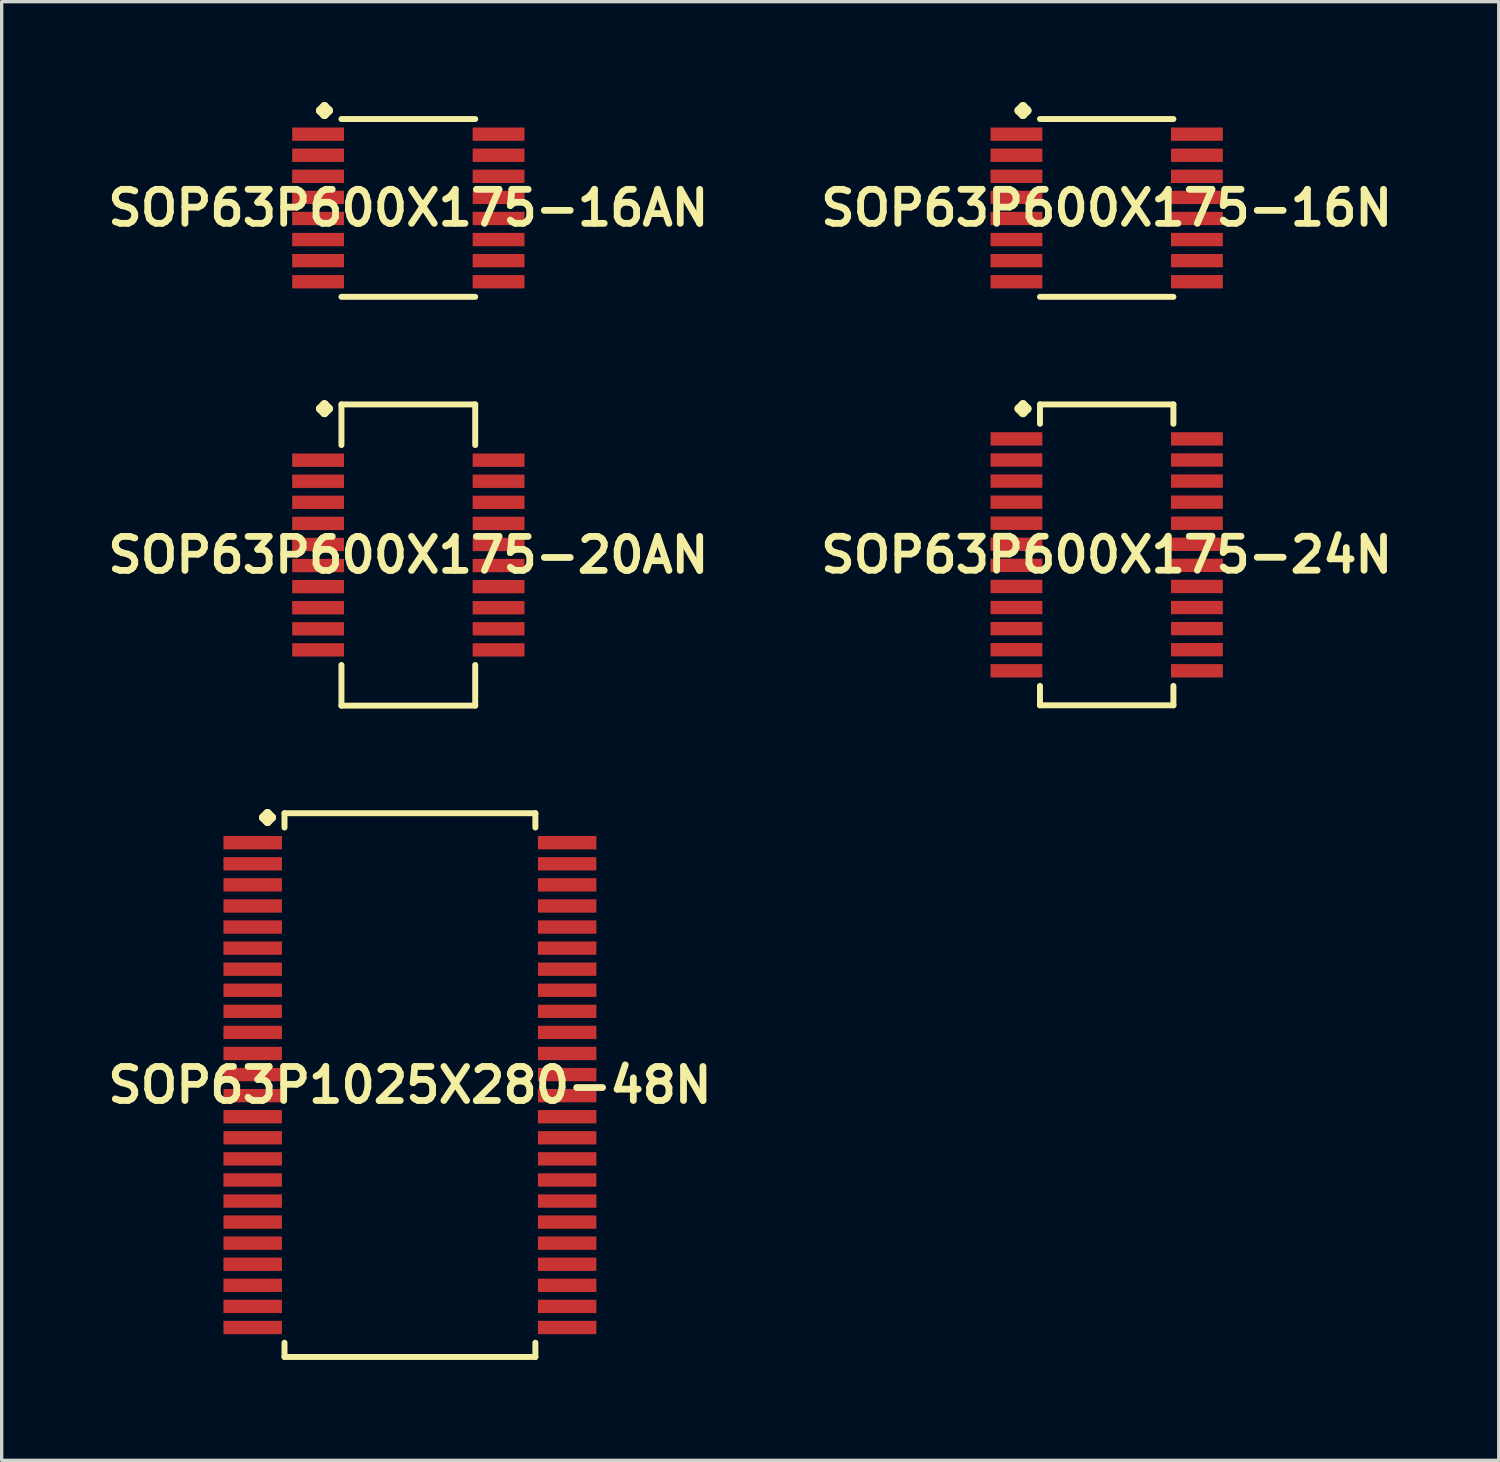
<source format=kicad_pcb>
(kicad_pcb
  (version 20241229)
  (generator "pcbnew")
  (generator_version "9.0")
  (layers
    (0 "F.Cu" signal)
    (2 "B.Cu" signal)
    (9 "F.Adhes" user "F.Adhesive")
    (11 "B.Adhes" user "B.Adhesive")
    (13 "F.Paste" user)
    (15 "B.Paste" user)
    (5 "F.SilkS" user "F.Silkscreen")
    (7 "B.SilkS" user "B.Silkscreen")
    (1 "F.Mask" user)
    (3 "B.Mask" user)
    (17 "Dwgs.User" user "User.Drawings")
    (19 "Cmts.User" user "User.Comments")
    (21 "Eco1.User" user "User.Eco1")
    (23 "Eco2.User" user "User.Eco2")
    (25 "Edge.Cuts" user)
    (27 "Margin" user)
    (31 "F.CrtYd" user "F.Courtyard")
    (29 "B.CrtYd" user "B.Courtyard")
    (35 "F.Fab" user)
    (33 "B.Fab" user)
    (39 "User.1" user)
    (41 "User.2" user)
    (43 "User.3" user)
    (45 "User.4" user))
  (footprint "SOP63P600X175-16AN"
    (layer "F.Cu")
    (at 9.154 3.165)
    (property "Reference" "SOP63P600X175-16AN" (at 0 0 0) (layer "F.SilkS") (effects (font (size 1.016 1.016) (thickness 0.203))))
    (attr smd)
    (fp_line (start -2.634 -2.911) (end -2.507 -3.038) (stroke (width 0.254) (type solid)) (layer "F.SilkS"))
    (fp_line (start -2.507 -3.038) (end -2.38 -2.911) (stroke (width 0.254) (type solid)) (layer "F.SilkS"))
    (fp_line (start -2.507 -2.784) (end -2.634 -2.911) (stroke (width 0.254) (type solid)) (layer "F.SilkS"))
    (fp_line (start -2.38 -2.911) (end -2.507 -2.784) (stroke (width 0.254) (type solid)) (layer "F.SilkS"))
    (fp_line (start -1.999 -2.657) (end 1.999 -2.657) (stroke (width 0.178) (type solid)) (layer "F.SilkS"))
    (fp_line (start -1.999 2.657) (end 1.999 2.657) (stroke (width 0.178) (type solid)) (layer "F.SilkS"))
    (pad "1" smd rect (at -2.697 -2.205) (size 1.549 0.399) (layers "F.Cu" "F.Mask" "F.Paste"))
    (pad "2" smd rect (at -2.697 -1.575) (size 1.549 0.399) (layers "F.Cu" "F.Mask" "F.Paste"))
    (pad "3" smd rect (at -2.697 -0.945) (size 1.549 0.399) (layers "F.Cu" "F.Mask" "F.Paste"))
    (pad "4" smd rect (at -2.697 -0.315) (size 1.549 0.399) (layers "F.Cu" "F.Mask" "F.Paste"))
    (pad "5" smd rect (at -2.697 0.315) (size 1.549 0.399) (layers "F.Cu" "F.Mask" "F.Paste"))
    (pad "6" smd rect (at -2.697 0.945) (size 1.549 0.399) (layers "F.Cu" "F.Mask" "F.Paste"))
    (pad "7" smd rect (at -2.697 1.575) (size 1.549 0.399) (layers "F.Cu" "F.Mask" "F.Paste"))
    (pad "8" smd rect (at -2.697 2.205) (size 1.549 0.399) (layers "F.Cu" "F.Mask" "F.Paste"))
    (pad "9" smd rect (at 2.697 2.205) (size 1.549 0.399) (layers "F.Cu" "F.Mask" "F.Paste"))
    (pad "10" smd rect (at 2.697 1.575) (size 1.549 0.399) (layers "F.Cu" "F.Mask" "F.Paste"))
    (pad "11" smd rect (at 2.697 0.945) (size 1.549 0.399) (layers "F.Cu" "F.Mask" "F.Paste"))
    (pad "12" smd rect (at 2.697 0.315) (size 1.549 0.399) (layers "F.Cu" "F.Mask" "F.Paste"))
    (pad "13" smd rect (at 2.697 -0.315) (size 1.549 0.399) (layers "F.Cu" "F.Mask" "F.Paste"))
    (pad "14" smd rect (at 2.697 -0.945) (size 1.549 0.399) (layers "F.Cu" "F.Mask" "F.Paste"))
    (pad "15" smd rect (at 2.697 -1.575) (size 1.549 0.399) (layers "F.Cu" "F.Mask" "F.Paste"))
    (pad "16" smd rect (at 2.697 -2.205) (size 1.549 0.399) (layers "F.Cu" "F.Mask" "F.Paste")))
  (footprint "SOP63P1025X280-48N"
    (layer "F.Cu")
    (at 9.202 29.381)
    (property "Reference" "SOP63P1025X280-48N" (at 0 0 0) (layer "F.SilkS") (effects (font (size 1.016 1.016) (thickness 0.203))))
    (attr smd)
    (fp_line (start -4.384 -7.998) (end -4.257 -8.125) (stroke (width 0.254) (type solid)) (layer "F.SilkS"))
    (fp_line (start -4.257 -8.125) (end -4.13 -7.998) (stroke (width 0.254) (type solid)) (layer "F.SilkS"))
    (fp_line (start -4.257 -7.871) (end -4.384 -7.998) (stroke (width 0.254) (type solid)) (layer "F.SilkS"))
    (fp_line (start -4.13 -7.998) (end -4.257 -7.871) (stroke (width 0.254) (type solid)) (layer "F.SilkS"))
    (fp_line (start -3.749 -8.125) (end 3.749 -8.125) (stroke (width 0.178) (type solid)) (layer "F.SilkS"))
    (fp_line (start -3.749 -7.699) (end -3.749 -8.125) (stroke (width 0.178) (type solid)) (layer "F.SilkS"))
    (fp_line (start -3.749 7.699) (end -3.749 8.125) (stroke (width 0.178) (type solid)) (layer "F.SilkS"))
    (fp_line (start -3.749 8.125) (end 3.749 8.125) (stroke (width 0.178) (type solid)) (layer "F.SilkS"))
    (fp_line (start 3.749 -8.125) (end 3.749 -7.699) (stroke (width 0.178) (type solid)) (layer "F.SilkS"))
    (fp_line (start 3.749 8.125) (end 3.749 7.699) (stroke (width 0.178) (type solid)) (layer "F.SilkS"))
    (pad "1" smd rect (at -4.699 -7.244) (size 1.748 0.399) (layers "F.Cu" "F.Mask" "F.Paste"))
    (pad "2" smd rect (at -4.699 -6.614) (size 1.748 0.399) (layers "F.Cu" "F.Mask" "F.Paste"))
    (pad "3" smd rect (at -4.699 -5.984) (size 1.748 0.399) (layers "F.Cu" "F.Mask" "F.Paste"))
    (pad "4" smd rect (at -4.699 -5.354) (size 1.748 0.399) (layers "F.Cu" "F.Mask" "F.Paste"))
    (pad "5" smd rect (at -4.699 -4.724) (size 1.748 0.399) (layers "F.Cu" "F.Mask" "F.Paste"))
    (pad "6" smd rect (at -4.699 -4.094) (size 1.748 0.399) (layers "F.Cu" "F.Mask" "F.Paste"))
    (pad "7" smd rect (at -4.699 -3.465) (size 1.748 0.399) (layers "F.Cu" "F.Mask" "F.Paste"))
    (pad "8" smd rect (at -4.699 -2.835) (size 1.748 0.399) (layers "F.Cu" "F.Mask" "F.Paste"))
    (pad "9" smd rect (at -4.699 -2.205) (size 1.748 0.399) (layers "F.Cu" "F.Mask" "F.Paste"))
    (pad "10" smd rect (at -4.699 -1.575) (size 1.748 0.399) (layers "F.Cu" "F.Mask" "F.Paste"))
    (pad "11" smd rect (at -4.699 -0.945) (size 1.748 0.399) (layers "F.Cu" "F.Mask" "F.Paste"))
    (pad "12" smd rect (at -4.699 -0.315) (size 1.748 0.399) (layers "F.Cu" "F.Mask" "F.Paste"))
    (pad "13" smd rect (at -4.699 0.315) (size 1.748 0.399) (layers "F.Cu" "F.Mask" "F.Paste"))
    (pad "14" smd rect (at -4.699 0.945) (size 1.748 0.399) (layers "F.Cu" "F.Mask" "F.Paste"))
    (pad "15" smd rect (at -4.699 1.575) (size 1.748 0.399) (layers "F.Cu" "F.Mask" "F.Paste"))
    (pad "16" smd rect (at -4.699 2.205) (size 1.748 0.399) (layers "F.Cu" "F.Mask" "F.Paste"))
    (pad "17" smd rect (at -4.699 2.835) (size 1.748 0.399) (layers "F.Cu" "F.Mask" "F.Paste"))
    (pad "18" smd rect (at -4.699 3.465) (size 1.748 0.399) (layers "F.Cu" "F.Mask" "F.Paste"))
    (pad "19" smd rect (at -4.699 4.094) (size 1.748 0.399) (layers "F.Cu" "F.Mask" "F.Paste"))
    (pad "20" smd rect (at -4.699 4.724) (size 1.748 0.399) (layers "F.Cu" "F.Mask" "F.Paste"))
    (pad "21" smd rect (at -4.699 5.354) (size 1.748 0.399) (layers "F.Cu" "F.Mask" "F.Paste"))
    (pad "22" smd rect (at -4.699 5.984) (size 1.748 0.399) (layers "F.Cu" "F.Mask" "F.Paste"))
    (pad "23" smd rect (at -4.699 6.614) (size 1.748 0.399) (layers "F.Cu" "F.Mask" "F.Paste"))
    (pad "24" smd rect (at -4.699 7.244) (size 1.748 0.399) (layers "F.Cu" "F.Mask" "F.Paste"))
    (pad "25" smd rect (at 4.699 7.244) (size 1.748 0.399) (layers "F.Cu" "F.Mask" "F.Paste"))
    (pad "26" smd rect (at 4.699 6.614) (size 1.748 0.399) (layers "F.Cu" "F.Mask" "F.Paste"))
    (pad "27" smd rect (at 4.699 5.984) (size 1.748 0.399) (layers "F.Cu" "F.Mask" "F.Paste"))
    (pad "28" smd rect (at 4.699 5.354) (size 1.748 0.399) (layers "F.Cu" "F.Mask" "F.Paste"))
    (pad "29" smd rect (at 4.699 4.724) (size 1.748 0.399) (layers "F.Cu" "F.Mask" "F.Paste"))
    (pad "30" smd rect (at 4.699 4.094) (size 1.748 0.399) (layers "F.Cu" "F.Mask" "F.Paste"))
    (pad "31" smd rect (at 4.699 3.465) (size 1.748 0.399) (layers "F.Cu" "F.Mask" "F.Paste"))
    (pad "32" smd rect (at 4.699 2.835) (size 1.748 0.399) (layers "F.Cu" "F.Mask" "F.Paste"))
    (pad "33" smd rect (at 4.699 2.205) (size 1.748 0.399) (layers "F.Cu" "F.Mask" "F.Paste"))
    (pad "34" smd rect (at 4.699 1.575) (size 1.748 0.399) (layers "F.Cu" "F.Mask" "F.Paste"))
    (pad "35" smd rect (at 4.699 0.945) (size 1.748 0.399) (layers "F.Cu" "F.Mask" "F.Paste"))
    (pad "36" smd rect (at 4.699 0.315) (size 1.748 0.399) (layers "F.Cu" "F.Mask" "F.Paste"))
    (pad "37" smd rect (at 4.699 -0.315) (size 1.748 0.399) (layers "F.Cu" "F.Mask" "F.Paste"))
    (pad "38" smd rect (at 4.699 -0.945) (size 1.748 0.399) (layers "F.Cu" "F.Mask" "F.Paste"))
    (pad "39" smd rect (at 4.699 -1.575) (size 1.748 0.399) (layers "F.Cu" "F.Mask" "F.Paste"))
    (pad "40" smd rect (at 4.699 -2.205) (size 1.748 0.399) (layers "F.Cu" "F.Mask" "F.Paste"))
    (pad "41" smd rect (at 4.699 -2.835) (size 1.748 0.399) (layers "F.Cu" "F.Mask" "F.Paste"))
    (pad "42" smd rect (at 4.699 -3.465) (size 1.748 0.399) (layers "F.Cu" "F.Mask" "F.Paste"))
    (pad "43" smd rect (at 4.699 -4.094) (size 1.748 0.399) (layers "F.Cu" "F.Mask" "F.Paste"))
    (pad "44" smd rect (at 4.699 -4.724) (size 1.748 0.399) (layers "F.Cu" "F.Mask" "F.Paste"))
    (pad "45" smd rect (at 4.699 -5.354) (size 1.748 0.399) (layers "F.Cu" "F.Mask" "F.Paste"))
    (pad "46" smd rect (at 4.699 -5.984) (size 1.748 0.399) (layers "F.Cu" "F.Mask" "F.Paste"))
    (pad "47" smd rect (at 4.699 -6.614) (size 1.748 0.399) (layers "F.Cu" "F.Mask" "F.Paste"))
    (pad "48" smd rect (at 4.699 -7.244) (size 1.748 0.399) (layers "F.Cu" "F.Mask" "F.Paste")))
  (footprint "SOP63P600X175-24N"
    (layer "F.Cu")
    (at 30.026 13.533)
    (property "Reference" "SOP63P600X175-24N" (at 0 0 0) (layer "F.SilkS") (effects (font (size 1.016 1.016) (thickness 0.203))))
    (attr smd)
    (fp_line (start -2.629 -4.369) (end -2.502 -4.496) (stroke (width 0.254) (type solid)) (layer "F.SilkS"))
    (fp_line (start -2.502 -4.496) (end -2.375 -4.369) (stroke (width 0.254) (type solid)) (layer "F.SilkS"))
    (fp_line (start -2.502 -4.242) (end -2.629 -4.369) (stroke (width 0.254) (type solid)) (layer "F.SilkS"))
    (fp_line (start -2.375 -4.369) (end -2.502 -4.242) (stroke (width 0.254) (type solid)) (layer "F.SilkS"))
    (fp_line (start -1.994 -4.496) (end 1.994 -4.496) (stroke (width 0.178) (type solid)) (layer "F.SilkS"))
    (fp_line (start -1.994 -3.917) (end -1.994 -4.496) (stroke (width 0.178) (type solid)) (layer "F.SilkS"))
    (fp_line (start -1.994 3.917) (end -1.994 4.496) (stroke (width 0.178) (type solid)) (layer "F.SilkS"))
    (fp_line (start -1.994 4.496) (end 1.994 4.496) (stroke (width 0.178) (type solid)) (layer "F.SilkS"))
    (fp_line (start 1.994 -4.496) (end 1.994 -3.917) (stroke (width 0.178) (type solid)) (layer "F.SilkS"))
    (fp_line (start 1.994 4.496) (end 1.994 3.917) (stroke (width 0.178) (type solid)) (layer "F.SilkS"))
    (pad "1" smd rect (at -2.697 -3.465) (size 1.549 0.399) (layers "F.Cu" "F.Mask" "F.Paste"))
    (pad "2" smd rect (at -2.697 -2.835) (size 1.549 0.399) (layers "F.Cu" "F.Mask" "F.Paste"))
    (pad "3" smd rect (at -2.697 -2.205) (size 1.549 0.399) (layers "F.Cu" "F.Mask" "F.Paste"))
    (pad "4" smd rect (at -2.697 -1.575) (size 1.549 0.399) (layers "F.Cu" "F.Mask" "F.Paste"))
    (pad "5" smd rect (at -2.697 -0.945) (size 1.549 0.399) (layers "F.Cu" "F.Mask" "F.Paste"))
    (pad "6" smd rect (at -2.697 -0.315) (size 1.549 0.399) (layers "F.Cu" "F.Mask" "F.Paste"))
    (pad "7" smd rect (at -2.697 0.315) (size 1.549 0.399) (layers "F.Cu" "F.Mask" "F.Paste"))
    (pad "8" smd rect (at -2.697 0.945) (size 1.549 0.399) (layers "F.Cu" "F.Mask" "F.Paste"))
    (pad "9" smd rect (at -2.697 1.575) (size 1.549 0.399) (layers "F.Cu" "F.Mask" "F.Paste"))
    (pad "10" smd rect (at -2.697 2.205) (size 1.549 0.399) (layers "F.Cu" "F.Mask" "F.Paste"))
    (pad "11" smd rect (at -2.697 2.835) (size 1.549 0.399) (layers "F.Cu" "F.Mask" "F.Paste"))
    (pad "12" smd rect (at -2.697 3.465) (size 1.549 0.399) (layers "F.Cu" "F.Mask" "F.Paste"))
    (pad "13" smd rect (at 2.697 3.465) (size 1.549 0.399) (layers "F.Cu" "F.Mask" "F.Paste"))
    (pad "14" smd rect (at 2.697 2.835) (size 1.549 0.399) (layers "F.Cu" "F.Mask" "F.Paste"))
    (pad "15" smd rect (at 2.697 2.205) (size 1.549 0.399) (layers "F.Cu" "F.Mask" "F.Paste"))
    (pad "16" smd rect (at 2.697 1.575) (size 1.549 0.399) (layers "F.Cu" "F.Mask" "F.Paste"))
    (pad "17" smd rect (at 2.697 0.945) (size 1.549 0.399) (layers "F.Cu" "F.Mask" "F.Paste"))
    (pad "18" smd rect (at 2.697 0.315) (size 1.549 0.399) (layers "F.Cu" "F.Mask" "F.Paste"))
    (pad "19" smd rect (at 2.697 -0.315) (size 1.549 0.399) (layers "F.Cu" "F.Mask" "F.Paste"))
    (pad "20" smd rect (at 2.697 -0.945) (size 1.549 0.399) (layers "F.Cu" "F.Mask" "F.Paste"))
    (pad "21" smd rect (at 2.697 -1.575) (size 1.549 0.399) (layers "F.Cu" "F.Mask" "F.Paste"))
    (pad "22" smd rect (at 2.697 -2.205) (size 1.549 0.399) (layers "F.Cu" "F.Mask" "F.Paste"))
    (pad "23" smd rect (at 2.697 -2.835) (size 1.549 0.399) (layers "F.Cu" "F.Mask" "F.Paste"))
    (pad "24" smd rect (at 2.697 -3.465) (size 1.549 0.399) (layers "F.Cu" "F.Mask" "F.Paste")))
  (footprint "SOP63P600X175-20AN"
    (layer "F.Cu")
    (at 9.154 13.538)
    (property "Reference" "SOP63P600X175-20AN" (at 0 0 0) (layer "F.SilkS") (effects (font (size 1.016 1.016) (thickness 0.203))))
    (attr smd)
    (fp_line (start -2.634 -4.374) (end -2.507 -4.501) (stroke (width 0.254) (type solid)) (layer "F.SilkS"))
    (fp_line (start -2.507 -4.501) (end -2.38 -4.374) (stroke (width 0.254) (type solid)) (layer "F.SilkS"))
    (fp_line (start -2.507 -4.247) (end -2.634 -4.374) (stroke (width 0.254) (type solid)) (layer "F.SilkS"))
    (fp_line (start -2.38 -4.374) (end -2.507 -4.247) (stroke (width 0.254) (type solid)) (layer "F.SilkS"))
    (fp_line (start -1.999 -4.501) (end 1.999 -4.501) (stroke (width 0.178) (type solid)) (layer "F.SilkS"))
    (fp_line (start -1.999 -3.287) (end -1.999 -4.501) (stroke (width 0.178) (type solid)) (layer "F.SilkS"))
    (fp_line (start -1.999 3.287) (end -1.999 4.501) (stroke (width 0.178) (type solid)) (layer "F.SilkS"))
    (fp_line (start -1.999 4.501) (end 1.999 4.501) (stroke (width 0.178) (type solid)) (layer "F.SilkS"))
    (fp_line (start 1.999 -4.501) (end 1.999 -3.287) (stroke (width 0.178) (type solid)) (layer "F.SilkS"))
    (fp_line (start 1.999 4.501) (end 1.999 3.287) (stroke (width 0.178) (type solid)) (layer "F.SilkS"))
    (pad "1" smd rect (at -2.697 -2.835) (size 1.549 0.399) (layers "F.Cu" "F.Mask" "F.Paste"))
    (pad "2" smd rect (at -2.697 -2.205) (size 1.549 0.399) (layers "F.Cu" "F.Mask" "F.Paste"))
    (pad "3" smd rect (at -2.697 -1.575) (size 1.549 0.399) (layers "F.Cu" "F.Mask" "F.Paste"))
    (pad "4" smd rect (at -2.697 -0.945) (size 1.549 0.399) (layers "F.Cu" "F.Mask" "F.Paste"))
    (pad "5" smd rect (at -2.697 -0.315) (size 1.549 0.399) (layers "F.Cu" "F.Mask" "F.Paste"))
    (pad "6" smd rect (at -2.697 0.315) (size 1.549 0.399) (layers "F.Cu" "F.Mask" "F.Paste"))
    (pad "7" smd rect (at -2.697 0.945) (size 1.549 0.399) (layers "F.Cu" "F.Mask" "F.Paste"))
    (pad "8" smd rect (at -2.697 1.575) (size 1.549 0.399) (layers "F.Cu" "F.Mask" "F.Paste"))
    (pad "9" smd rect (at -2.697 2.205) (size 1.549 0.399) (layers "F.Cu" "F.Mask" "F.Paste"))
    (pad "10" smd rect (at -2.697 2.835) (size 1.549 0.399) (layers "F.Cu" "F.Mask" "F.Paste"))
    (pad "11" smd rect (at 2.697 2.835) (size 1.549 0.399) (layers "F.Cu" "F.Mask" "F.Paste"))
    (pad "12" smd rect (at 2.697 2.205) (size 1.549 0.399) (layers "F.Cu" "F.Mask" "F.Paste"))
    (pad "13" smd rect (at 2.697 1.575) (size 1.549 0.399) (layers "F.Cu" "F.Mask" "F.Paste"))
    (pad "14" smd rect (at 2.697 0.945) (size 1.549 0.399) (layers "F.Cu" "F.Mask" "F.Paste"))
    (pad "15" smd rect (at 2.697 0.315) (size 1.549 0.399) (layers "F.Cu" "F.Mask" "F.Paste"))
    (pad "16" smd rect (at 2.697 -0.315) (size 1.549 0.399) (layers "F.Cu" "F.Mask" "F.Paste"))
    (pad "17" smd rect (at 2.697 -0.945) (size 1.549 0.399) (layers "F.Cu" "F.Mask" "F.Paste"))
    (pad "18" smd rect (at 2.697 -1.575) (size 1.549 0.399) (layers "F.Cu" "F.Mask" "F.Paste"))
    (pad "19" smd rect (at 2.697 -2.205) (size 1.549 0.399) (layers "F.Cu" "F.Mask" "F.Paste"))
    (pad "20" smd rect (at 2.697 -2.835) (size 1.549 0.399) (layers "F.Cu" "F.Mask" "F.Paste")))
  (footprint "SOP63P600X175-16N"
    (layer "F.Cu")
    (at 30.026 3.165)
    (property "Reference" "SOP63P600X175-16N" (at 0 0 0) (layer "F.SilkS") (effects (font (size 1.016 1.016) (thickness 0.203))))
    (attr smd)
    (fp_line (start -2.629 -2.911) (end -2.502 -3.038) (stroke (width 0.254) (type solid)) (layer "F.SilkS"))
    (fp_line (start -2.502 -3.038) (end -2.375 -2.911) (stroke (width 0.254) (type solid)) (layer "F.SilkS"))
    (fp_line (start -2.502 -2.784) (end -2.629 -2.911) (stroke (width 0.254) (type solid)) (layer "F.SilkS"))
    (fp_line (start -2.375 -2.911) (end -2.502 -2.784) (stroke (width 0.254) (type solid)) (layer "F.SilkS"))
    (fp_line (start -1.994 -2.657) (end 1.994 -2.657) (stroke (width 0.178) (type solid)) (layer "F.SilkS"))
    (fp_line (start -1.994 2.657) (end 1.994 2.657) (stroke (width 0.178) (type solid)) (layer "F.SilkS"))
    (pad "1" smd rect (at -2.697 -2.205) (size 1.549 0.399) (layers "F.Cu" "F.Mask" "F.Paste"))
    (pad "2" smd rect (at -2.697 -1.575) (size 1.549 0.399) (layers "F.Cu" "F.Mask" "F.Paste"))
    (pad "3" smd rect (at -2.697 -0.945) (size 1.549 0.399) (layers "F.Cu" "F.Mask" "F.Paste"))
    (pad "4" smd rect (at -2.697 -0.315) (size 1.549 0.399) (layers "F.Cu" "F.Mask" "F.Paste"))
    (pad "5" smd rect (at -2.697 0.315) (size 1.549 0.399) (layers "F.Cu" "F.Mask" "F.Paste"))
    (pad "6" smd rect (at -2.697 0.945) (size 1.549 0.399) (layers "F.Cu" "F.Mask" "F.Paste"))
    (pad "7" smd rect (at -2.697 1.575) (size 1.549 0.399) (layers "F.Cu" "F.Mask" "F.Paste"))
    (pad "8" smd rect (at -2.697 2.205) (size 1.549 0.399) (layers "F.Cu" "F.Mask" "F.Paste"))
    (pad "9" smd rect (at 2.697 2.205) (size 1.549 0.399) (layers "F.Cu" "F.Mask" "F.Paste"))
    (pad "10" smd rect (at 2.697 1.575) (size 1.549 0.399) (layers "F.Cu" "F.Mask" "F.Paste"))
    (pad "11" smd rect (at 2.697 0.945) (size 1.549 0.399) (layers "F.Cu" "F.Mask" "F.Paste"))
    (pad "12" smd rect (at 2.697 0.315) (size 1.549 0.399) (layers "F.Cu" "F.Mask" "F.Paste"))
    (pad "13" smd rect (at 2.697 -0.315) (size 1.549 0.399) (layers "F.Cu" "F.Mask" "F.Paste"))
    (pad "14" smd rect (at 2.697 -0.945) (size 1.549 0.399) (layers "F.Cu" "F.Mask" "F.Paste"))
    (pad "15" smd rect (at 2.697 -1.575) (size 1.549 0.399) (layers "F.Cu" "F.Mask" "F.Paste"))
    (pad "16" smd rect (at 2.697 -2.205) (size 1.549 0.399) (layers "F.Cu" "F.Mask" "F.Paste")))
  (gr_rect
    (start -3 -3)
    (end 41.744 40.595)
    (stroke (width 0.1) (type default))
    (fill no)
    (layer "Edge.Cuts")))
</source>
